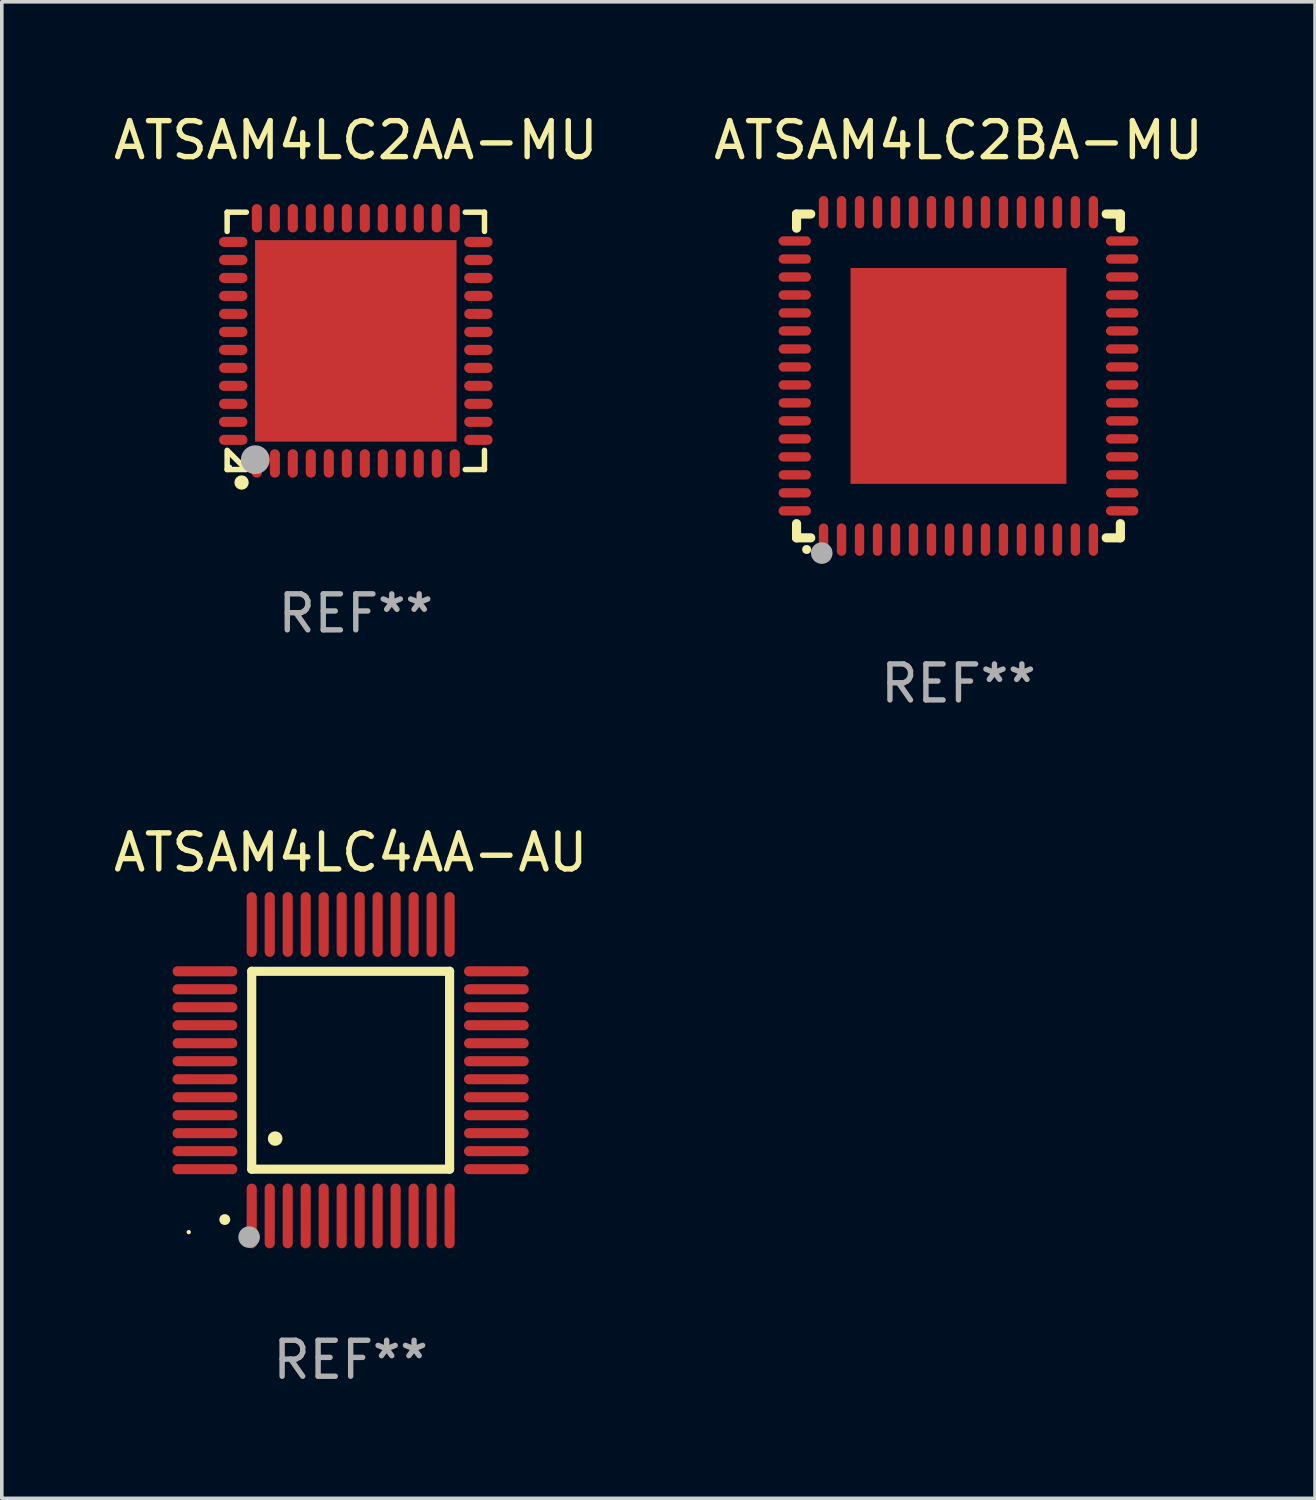
<source format=kicad_pcb>
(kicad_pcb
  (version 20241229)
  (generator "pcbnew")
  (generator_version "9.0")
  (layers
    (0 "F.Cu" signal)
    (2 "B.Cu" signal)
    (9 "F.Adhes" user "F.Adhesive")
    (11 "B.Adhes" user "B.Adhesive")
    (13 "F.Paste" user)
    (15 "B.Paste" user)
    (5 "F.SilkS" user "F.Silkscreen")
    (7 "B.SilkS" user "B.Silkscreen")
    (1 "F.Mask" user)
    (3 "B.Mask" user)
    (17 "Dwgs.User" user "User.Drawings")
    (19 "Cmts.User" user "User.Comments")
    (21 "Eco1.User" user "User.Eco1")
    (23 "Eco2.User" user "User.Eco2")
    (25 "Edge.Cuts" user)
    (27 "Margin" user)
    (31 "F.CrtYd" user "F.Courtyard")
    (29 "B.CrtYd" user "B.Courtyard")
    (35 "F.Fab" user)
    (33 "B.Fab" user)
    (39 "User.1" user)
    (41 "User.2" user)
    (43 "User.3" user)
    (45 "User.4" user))
  (footprint "ATSAM4LC2BA-MU"
    (layer "F.Cu")
    (at 23.589 7.398)
    (property "Reference" "ATSAM4LC2BA-MU" (at 0 -6.55 0) (layer "F.SilkS") (effects (font (size 1 1) (thickness 0.15))))
    (attr through_hole)
    (fp_line (start -4.5 -4.5) (end -4.106 -4.5) (stroke (width 0.254) (type solid)) (layer "F.SilkS"))
    (fp_line (start -4.5 -4.106) (end -4.5 -4.5) (stroke (width 0.254) (type solid)) (layer "F.SilkS"))
    (fp_line (start -4.5 4.5) (end -4.5 4.106) (stroke (width 0.254) (type solid)) (layer "F.SilkS"))
    (fp_line (start -4.106 4.5) (end -4.5 4.5) (stroke (width 0.254) (type solid)) (layer "F.SilkS"))
    (fp_line (start 4.106 -4.5) (end 4.5 -4.5) (stroke (width 0.254) (type solid)) (layer "F.SilkS"))
    (fp_line (start 4.5 -4.5) (end 4.5 -4.106) (stroke (width 0.254) (type solid)) (layer "F.SilkS"))
    (fp_line (start 4.5 4.106) (end 4.5 4.5) (stroke (width 0.254) (type solid)) (layer "F.SilkS"))
    (fp_line (start 4.5 4.5) (end 4.106 4.5) (stroke (width 0.254) (type solid)) (layer "F.SilkS"))
    (fp_arc (start -4.220041 4.824308) (mid -4.218771 4.824302) (end -4.217501 4.824308) (stroke (width 0.24892) (type solid)) (layer "F.SilkS"))
    (fp_circle (center -4.5 4.5) (end -4.47 4.5) (stroke (width 0.06) (type solid)) (fill no) (layer "F.SilkS"))
    (fp_circle (center -3.8 4.924) (end -3.65 4.924) (stroke (width 0.3) (type solid)) (fill no) (layer "F.Fab"))
    (fp_text user "REF**" (at 0 8.55 0) (layer "F.Fab") (effects (font (size 1 1) (thickness 0.15))))
    (pad "1" smd oval (at -3.75 4.55 90) (size 0.9 0.26) (layers "F.Cu" "F.Mask" "F.Paste"))
    (pad "2" smd oval (at -3.25 4.55 90) (size 0.9 0.26) (layers "F.Cu" "F.Mask" "F.Paste"))
    (pad "3" smd oval (at -2.75 4.55 90) (size 0.9 0.26) (layers "F.Cu" "F.Mask" "F.Paste"))
    (pad "4" smd oval (at -2.25 4.55 90) (size 0.9 0.26) (layers "F.Cu" "F.Mask" "F.Paste"))
    (pad "5" smd oval (at -1.75 4.55 90) (size 0.9 0.26) (layers "F.Cu" "F.Mask" "F.Paste"))
    (pad "6" smd oval (at -1.25 4.55 90) (size 0.9 0.26) (layers "F.Cu" "F.Mask" "F.Paste"))
    (pad "7" smd oval (at -0.75 4.55 90) (size 0.9 0.26) (layers "F.Cu" "F.Mask" "F.Paste"))
    (pad "8" smd oval (at -0.25 4.55 90) (size 0.9 0.26) (layers "F.Cu" "F.Mask" "F.Paste"))
    (pad "9" smd oval (at 0.25 4.55 90) (size 0.9 0.26) (layers "F.Cu" "F.Mask" "F.Paste"))
    (pad "10" smd oval (at 0.75 4.55 90) (size 0.9 0.26) (layers "F.Cu" "F.Mask" "F.Paste"))
    (pad "11" smd oval (at 1.25 4.55 90) (size 0.9 0.26) (layers "F.Cu" "F.Mask" "F.Paste"))
    (pad "12" smd oval (at 1.75 4.55 90) (size 0.9 0.26) (layers "F.Cu" "F.Mask" "F.Paste"))
    (pad "13" smd oval (at 2.25 4.55 90) (size 0.9 0.26) (layers "F.Cu" "F.Mask" "F.Paste"))
    (pad "14" smd oval (at 2.75 4.55 90) (size 0.9 0.26) (layers "F.Cu" "F.Mask" "F.Paste"))
    (pad "15" smd oval (at 3.25 4.55 90) (size 0.9 0.26) (layers "F.Cu" "F.Mask" "F.Paste"))
    (pad "16" smd oval (at 3.75 4.55 90) (size 0.9 0.26) (layers "F.Cu" "F.Mask" "F.Paste"))
    (pad "17" smd oval (at 4.55 3.75 90) (size 0.26 0.9) (layers "F.Cu" "F.Mask" "F.Paste"))
    (pad "18" smd oval (at 4.55 3.25 90) (size 0.26 0.9) (layers "F.Cu" "F.Mask" "F.Paste"))
    (pad "19" smd oval (at 4.55 2.75 90) (size 0.26 0.9) (layers "F.Cu" "F.Mask" "F.Paste"))
    (pad "20" smd oval (at 4.55 2.25 90) (size 0.26 0.9) (layers "F.Cu" "F.Mask" "F.Paste"))
    (pad "21" smd oval (at 4.55 1.75 90) (size 0.26 0.9) (layers "F.Cu" "F.Mask" "F.Paste"))
    (pad "22" smd oval (at 4.55 1.25 90) (size 0.26 0.9) (layers "F.Cu" "F.Mask" "F.Paste"))
    (pad "23" smd oval (at 4.55 0.75 90) (size 0.26 0.9) (layers "F.Cu" "F.Mask" "F.Paste"))
    (pad "24" smd oval (at 4.55 0.25 90) (size 0.26 0.9) (layers "F.Cu" "F.Mask" "F.Paste"))
    (pad "25" smd oval (at 4.55 -0.25 90) (size 0.26 0.9) (layers "F.Cu" "F.Mask" "F.Paste"))
    (pad "26" smd oval (at 4.55 -0.75 90) (size 0.26 0.9) (layers "F.Cu" "F.Mask" "F.Paste"))
    (pad "27" smd oval (at 4.55 -1.25 90) (size 0.26 0.9) (layers "F.Cu" "F.Mask" "F.Paste"))
    (pad "28" smd oval (at 4.55 -1.75 90) (size 0.26 0.9) (layers "F.Cu" "F.Mask" "F.Paste"))
    (pad "29" smd oval (at 4.55 -2.25 90) (size 0.26 0.9) (layers "F.Cu" "F.Mask" "F.Paste"))
    (pad "30" smd oval (at 4.55 -2.75 90) (size 0.26 0.9) (layers "F.Cu" "F.Mask" "F.Paste"))
    (pad "31" smd oval (at 4.55 -3.25 90) (size 0.26 0.9) (layers "F.Cu" "F.Mask" "F.Paste"))
    (pad "32" smd oval (at 4.55 -3.75 90) (size 0.26 0.9) (layers "F.Cu" "F.Mask" "F.Paste"))
    (pad "33" smd oval (at 3.75 -4.55 90) (size 0.9 0.26) (layers "F.Cu" "F.Mask" "F.Paste"))
    (pad "34" smd oval (at 3.25 -4.55 90) (size 0.9 0.26) (layers "F.Cu" "F.Mask" "F.Paste"))
    (pad "35" smd oval (at 2.75 -4.55 90) (size 0.9 0.26) (layers "F.Cu" "F.Mask" "F.Paste"))
    (pad "36" smd oval (at 2.25 -4.55 90) (size 0.9 0.26) (layers "F.Cu" "F.Mask" "F.Paste"))
    (pad "37" smd oval (at 1.75 -4.55 90) (size 0.9 0.26) (layers "F.Cu" "F.Mask" "F.Paste"))
    (pad "38" smd oval (at 1.25 -4.55 90) (size 0.9 0.26) (layers "F.Cu" "F.Mask" "F.Paste"))
    (pad "39" smd oval (at 0.75 -4.55 90) (size 0.9 0.26) (layers "F.Cu" "F.Mask" "F.Paste"))
    (pad "40" smd oval (at 0.25 -4.55 90) (size 0.9 0.26) (layers "F.Cu" "F.Mask" "F.Paste"))
    (pad "41" smd oval (at -0.25 -4.55 90) (size 0.9 0.26) (layers "F.Cu" "F.Mask" "F.Paste"))
    (pad "42" smd oval (at -0.75 -4.55 90) (size 0.9 0.26) (layers "F.Cu" "F.Mask" "F.Paste"))
    (pad "43" smd oval (at -1.25 -4.55 90) (size 0.9 0.26) (layers "F.Cu" "F.Mask" "F.Paste"))
    (pad "44" smd oval (at -1.75 -4.55 90) (size 0.9 0.26) (layers "F.Cu" "F.Mask" "F.Paste"))
    (pad "45" smd oval (at -2.25 -4.55 90) (size 0.9 0.26) (layers "F.Cu" "F.Mask" "F.Paste"))
    (pad "46" smd oval (at -2.75 -4.55 90) (size 0.9 0.26) (layers "F.Cu" "F.Mask" "F.Paste"))
    (pad "47" smd oval (at -3.25 -4.55 90) (size 0.9 0.26) (layers "F.Cu" "F.Mask" "F.Paste"))
    (pad "48" smd oval (at -3.75 -4.55 90) (size 0.9 0.26) (layers "F.Cu" "F.Mask" "F.Paste"))
    (pad "49" smd oval (at -4.55 -3.75 90) (size 0.26 0.9) (layers "F.Cu" "F.Mask" "F.Paste"))
    (pad "50" smd oval (at -4.55 -3.25 90) (size 0.26 0.9) (layers "F.Cu" "F.Mask" "F.Paste"))
    (pad "51" smd oval (at -4.55 -2.75 90) (size 0.26 0.9) (layers "F.Cu" "F.Mask" "F.Paste"))
    (pad "52" smd oval (at -4.55 -2.25 90) (size 0.26 0.9) (layers "F.Cu" "F.Mask" "F.Paste"))
    (pad "53" smd oval (at -4.55 -1.75 90) (size 0.26 0.9) (layers "F.Cu" "F.Mask" "F.Paste"))
    (pad "54" smd oval (at -4.55 -1.25 90) (size 0.26 0.9) (layers "F.Cu" "F.Mask" "F.Paste"))
    (pad "55" smd oval (at -4.55 -0.75 90) (size 0.26 0.9) (layers "F.Cu" "F.Mask" "F.Paste"))
    (pad "56" smd oval (at -4.55 -0.25 90) (size 0.26 0.9) (layers "F.Cu" "F.Mask" "F.Paste"))
    (pad "57" smd oval (at -4.55 0.25 90) (size 0.26 0.9) (layers "F.Cu" "F.Mask" "F.Paste"))
    (pad "58" smd oval (at -4.55 0.75 90) (size 0.26 0.9) (layers "F.Cu" "F.Mask" "F.Paste"))
    (pad "59" smd oval (at -4.55 1.25 90) (size 0.26 0.9) (layers "F.Cu" "F.Mask" "F.Paste"))
    (pad "60" smd oval (at -4.55 1.75 90) (size 0.26 0.9) (layers "F.Cu" "F.Mask" "F.Paste"))
    (pad "61" smd oval (at -4.55 2.25 90) (size 0.26 0.9) (layers "F.Cu" "F.Mask" "F.Paste"))
    (pad "62" smd oval (at -4.55 2.75 90) (size 0.26 0.9) (layers "F.Cu" "F.Mask" "F.Paste"))
    (pad "63" smd oval (at -4.55 3.25 90) (size 0.26 0.9) (layers "F.Cu" "F.Mask" "F.Paste"))
    (pad "64" smd oval (at -4.55 3.75 90) (size 0.26 0.9) (layers "F.Cu" "F.Mask" "F.Paste"))
    (pad "65" smd rect (at 0.000381 0 90) (size 6 6) (layers "F.Cu" "F.Mask" "F.Paste")))
  (footprint "ATSAM4LC4AA-AU"
    (layer "F.Cu")
    (at 6.696 26.695)
    (property "Reference" "ATSAM4LC4AA-AU" (at 0 -6.05 0) (layer "F.SilkS") (effects (font (size 1 1) (thickness 0.15))))
    (attr through_hole)
    (fp_line (start -2.75 -2.75) (end 2.75 -2.75) (stroke (width 0.254) (type solid)) (layer "F.SilkS"))
    (fp_line (start -2.75 2.75) (end -2.75 -2.75) (stroke (width 0.254) (type solid)) (layer "F.SilkS"))
    (fp_line (start 2.75 -2.75) (end 2.75 2.75) (stroke (width 0.254) (type solid)) (layer "F.SilkS"))
    (fp_line (start 2.75 2.75) (end -2.75 2.75) (stroke (width 0.254) (type solid)) (layer "F.SilkS"))
    (fp_arc (start -3.500127 4.150368) (mid -3.498857 4.150363) (end -3.497587 4.150368) (stroke (width 0.3) (type solid)) (layer "F.SilkS"))
    (fp_arc (start -2.100584 1.899924) (mid -2.098044 1.899908) (end -2.095504 1.899924) (stroke (width 0.4) (type solid)) (layer "F.SilkS"))
    (fp_circle (center -4.5 4.5) (end -4.47 4.5) (stroke (width 0.06) (type solid)) (fill no) (layer "F.SilkS"))
    (fp_circle (center -2.822 4.638) (end -2.672 4.638) (stroke (width 0.3) (type solid)) (fill no) (layer "F.Fab"))
    (fp_text user "REF**" (at 0 8.05 0) (layer "F.Fab") (effects (font (size 1 1) (thickness 0.15))))
    (pad "1" smd oval (at -2.75 4.05) (size 0.28 1.8) (layers "F.Cu" "F.Mask" "F.Paste"))
    (pad "2" smd oval (at -2.25 4.05) (size 0.28 1.8) (layers "F.Cu" "F.Mask" "F.Paste"))
    (pad "3" smd oval (at -1.75 4.05) (size 0.28 1.8) (layers "F.Cu" "F.Mask" "F.Paste"))
    (pad "4" smd oval (at -1.25 4.05) (size 0.28 1.8) (layers "F.Cu" "F.Mask" "F.Paste"))
    (pad "5" smd oval (at -0.75 4.05) (size 0.28 1.8) (layers "F.Cu" "F.Mask" "F.Paste"))
    (pad "6" smd oval (at -0.25 4.05) (size 0.28 1.8) (layers "F.Cu" "F.Mask" "F.Paste"))
    (pad "7" smd oval (at 0.25 4.05) (size 0.28 1.8) (layers "F.Cu" "F.Mask" "F.Paste"))
    (pad "8" smd oval (at 0.75 4.05) (size 0.28 1.8) (layers "F.Cu" "F.Mask" "F.Paste"))
    (pad "9" smd oval (at 1.25 4.05) (size 0.28 1.8) (layers "F.Cu" "F.Mask" "F.Paste"))
    (pad "10" smd oval (at 1.75 4.05) (size 0.28 1.8) (layers "F.Cu" "F.Mask" "F.Paste"))
    (pad "11" smd oval (at 2.25 4.05) (size 0.28 1.8) (layers "F.Cu" "F.Mask" "F.Paste"))
    (pad "12" smd oval (at 2.75 4.05) (size 0.28 1.8) (layers "F.Cu" "F.Mask" "F.Paste"))
    (pad "13" smd oval (at 4.05 2.75) (size 1.8 0.28) (layers "F.Cu" "F.Mask" "F.Paste"))
    (pad "14" smd oval (at 4.05 2.25) (size 1.8 0.28) (layers "F.Cu" "F.Mask" "F.Paste"))
    (pad "15" smd oval (at 4.05 1.75) (size 1.8 0.28) (layers "F.Cu" "F.Mask" "F.Paste"))
    (pad "16" smd oval (at 4.05 1.25) (size 1.8 0.28) (layers "F.Cu" "F.Mask" "F.Paste"))
    (pad "17" smd oval (at 4.05 0.75) (size 1.8 0.28) (layers "F.Cu" "F.Mask" "F.Paste"))
    (pad "18" smd oval (at 4.05 0.25) (size 1.8 0.28) (layers "F.Cu" "F.Mask" "F.Paste"))
    (pad "19" smd oval (at 4.05 -0.25) (size 1.8 0.28) (layers "F.Cu" "F.Mask" "F.Paste"))
    (pad "20" smd oval (at 4.05 -0.75) (size 1.8 0.28) (layers "F.Cu" "F.Mask" "F.Paste"))
    (pad "21" smd oval (at 4.05 -1.25) (size 1.8 0.28) (layers "F.Cu" "F.Mask" "F.Paste"))
    (pad "22" smd oval (at 4.05 -1.75) (size 1.8 0.28) (layers "F.Cu" "F.Mask" "F.Paste"))
    (pad "23" smd oval (at 4.05 -2.25) (size 1.8 0.28) (layers "F.Cu" "F.Mask" "F.Paste"))
    (pad "24" smd oval (at 4.05 -2.75) (size 1.8 0.28) (layers "F.Cu" "F.Mask" "F.Paste"))
    (pad "25" smd oval (at 2.75 -4.05) (size 0.28 1.8) (layers "F.Cu" "F.Mask" "F.Paste"))
    (pad "26" smd oval (at 2.25 -4.05) (size 0.28 1.8) (layers "F.Cu" "F.Mask" "F.Paste"))
    (pad "27" smd oval (at 1.75 -4.05) (size 0.28 1.8) (layers "F.Cu" "F.Mask" "F.Paste"))
    (pad "28" smd oval (at 1.25 -4.05) (size 0.28 1.8) (layers "F.Cu" "F.Mask" "F.Paste"))
    (pad "29" smd oval (at 0.75 -4.05) (size 0.28 1.8) (layers "F.Cu" "F.Mask" "F.Paste"))
    (pad "30" smd oval (at 0.25 -4.05) (size 0.28 1.8) (layers "F.Cu" "F.Mask" "F.Paste"))
    (pad "31" smd oval (at -0.25 -4.05) (size 0.28 1.8) (layers "F.Cu" "F.Mask" "F.Paste"))
    (pad "32" smd oval (at -0.75 -4.05) (size 0.28 1.8) (layers "F.Cu" "F.Mask" "F.Paste"))
    (pad "33" smd oval (at -1.25 -4.05) (size 0.28 1.8) (layers "F.Cu" "F.Mask" "F.Paste"))
    (pad "34" smd oval (at -1.75 -4.05) (size 0.28 1.8) (layers "F.Cu" "F.Mask" "F.Paste"))
    (pad "35" smd oval (at -2.25 -4.05) (size 0.28 1.8) (layers "F.Cu" "F.Mask" "F.Paste"))
    (pad "36" smd oval (at -2.75 -4.05) (size 0.28 1.8) (layers "F.Cu" "F.Mask" "F.Paste"))
    (pad "37" smd oval (at -4.05 -2.75) (size 1.8 0.28) (layers "F.Cu" "F.Mask" "F.Paste"))
    (pad "38" smd oval (at -4.05 -2.25) (size 1.8 0.28) (layers "F.Cu" "F.Mask" "F.Paste"))
    (pad "39" smd oval (at -4.05 -1.75) (size 1.8 0.28) (layers "F.Cu" "F.Mask" "F.Paste"))
    (pad "40" smd oval (at -4.05 -1.25) (size 1.8 0.28) (layers "F.Cu" "F.Mask" "F.Paste"))
    (pad "41" smd oval (at -4.05 -0.75) (size 1.8 0.28) (layers "F.Cu" "F.Mask" "F.Paste"))
    (pad "42" smd oval (at -4.05 -0.25) (size 1.8 0.28) (layers "F.Cu" "F.Mask" "F.Paste"))
    (pad "43" smd oval (at -4.05 0.25) (size 1.8 0.28) (layers "F.Cu" "F.Mask" "F.Paste"))
    (pad "44" smd oval (at -4.05 0.75) (size 1.8 0.28) (layers "F.Cu" "F.Mask" "F.Paste"))
    (pad "45" smd oval (at -4.05 1.25) (size 1.8 0.28) (layers "F.Cu" "F.Mask" "F.Paste"))
    (pad "46" smd oval (at -4.05 1.75) (size 1.8 0.28) (layers "F.Cu" "F.Mask" "F.Paste"))
    (pad "47" smd oval (at -4.05 2.25) (size 1.8 0.28) (layers "F.Cu" "F.Mask" "F.Paste"))
    (pad "48" smd oval (at -4.05 2.75) (size 1.8 0.28) (layers "F.Cu" "F.Mask" "F.Paste")))
  (footprint "ATSAM4LC2AA-MU"
    (layer "F.Cu")
    (at 6.839 6.424)
    (property "Reference" "ATSAM4LC2AA-MU" (at 0 -5.576 0) (layer "F.SilkS") (effects (font (size 1 1) (thickness 0.15))))
    (attr through_hole)
    (fp_line (start -3.576 -3.576) (end -3.576 -3.042) (stroke (width 0.152) (type solid)) (layer "F.SilkS"))
    (fp_line (start -3.576 3.576) (end -3.576 3.042) (stroke (width 0.152) (type solid)) (layer "F.SilkS"))
    (fp_line (start -3.069 3.549) (end -3.549 3.069) (stroke (width 0.152) (type solid)) (layer "F.SilkS"))
    (fp_line (start -3.042 -3.576) (end -3.576 -3.576) (stroke (width 0.152) (type solid)) (layer "F.SilkS"))
    (fp_line (start -3.042 3.576) (end -3.576 3.576) (stroke (width 0.152) (type solid)) (layer "F.SilkS"))
    (fp_line (start 3.042 -3.576) (end 3.576 -3.576) (stroke (width 0.152) (type solid)) (layer "F.SilkS"))
    (fp_line (start 3.042 3.576) (end 3.576 3.576) (stroke (width 0.152) (type solid)) (layer "F.SilkS"))
    (fp_line (start 3.576 -3.576) (end 3.576 -3.042) (stroke (width 0.152) (type solid)) (layer "F.SilkS"))
    (fp_line (start 3.576 3.576) (end 3.576 3.042) (stroke (width 0.152) (type solid)) (layer "F.SilkS"))
    (fp_circle (center -3.5 3.5) (end -3.47 3.5) (stroke (width 0.06) (type solid)) (fill no) (layer "F.SilkS"))
    (fp_circle (center -3.175 3.937) (end -3.075 3.937) (stroke (width 0.2) (type solid)) (fill no) (layer "F.SilkS"))
    (fp_circle (center -2.794 3.302) (end -2.594 3.302) (stroke (width 0.4) (type solid)) (fill no) (layer "F.Fab"))
    (fp_text user "REF**" (at 0 7.576 0) (layer "F.Fab") (effects (font (size 1 1) (thickness 0.15))))
    (pad "1" smd oval (at -2.75 3.407) (size 0.28 0.79) (layers "F.Cu" "F.Mask" "F.Paste"))
    (pad "2" smd oval (at -2.25 3.407) (size 0.28 0.79) (layers "F.Cu" "F.Mask" "F.Paste"))
    (pad "3" smd oval (at -1.75 3.407) (size 0.28 0.79) (layers "F.Cu" "F.Mask" "F.Paste"))
    (pad "4" smd oval (at -1.25 3.407) (size 0.28 0.79) (layers "F.Cu" "F.Mask" "F.Paste"))
    (pad "5" smd oval (at -0.75 3.407) (size 0.28 0.79) (layers "F.Cu" "F.Mask" "F.Paste"))
    (pad "6" smd oval (at -0.25 3.407) (size 0.28 0.79) (layers "F.Cu" "F.Mask" "F.Paste"))
    (pad "7" smd oval (at 0.25 3.407) (size 0.28 0.79) (layers "F.Cu" "F.Mask" "F.Paste"))
    (pad "8" smd oval (at 0.75 3.407) (size 0.28 0.79) (layers "F.Cu" "F.Mask" "F.Paste"))
    (pad "9" smd oval (at 1.25 3.407) (size 0.28 0.79) (layers "F.Cu" "F.Mask" "F.Paste"))
    (pad "10" smd oval (at 1.75 3.407) (size 0.28 0.79) (layers "F.Cu" "F.Mask" "F.Paste"))
    (pad "11" smd oval (at 2.25 3.407) (size 0.28 0.79) (layers "F.Cu" "F.Mask" "F.Paste"))
    (pad "12" smd oval (at 2.75 3.407) (size 0.28 0.79) (layers "F.Cu" "F.Mask" "F.Paste"))
    (pad "13" smd oval (at 3.407 2.75) (size 0.79 0.28) (layers "F.Cu" "F.Mask" "F.Paste"))
    (pad "14" smd oval (at 3.407 2.25) (size 0.79 0.28) (layers "F.Cu" "F.Mask" "F.Paste"))
    (pad "15" smd oval (at 3.407 1.75) (size 0.79 0.28) (layers "F.Cu" "F.Mask" "F.Paste"))
    (pad "16" smd oval (at 3.407 1.25) (size 0.79 0.28) (layers "F.Cu" "F.Mask" "F.Paste"))
    (pad "17" smd oval (at 3.407 0.75) (size 0.79 0.28) (layers "F.Cu" "F.Mask" "F.Paste"))
    (pad "18" smd oval (at 3.407 0.25) (size 0.79 0.28) (layers "F.Cu" "F.Mask" "F.Paste"))
    (pad "19" smd oval (at 3.407 -0.25) (size 0.79 0.28) (layers "F.Cu" "F.Mask" "F.Paste"))
    (pad "20" smd oval (at 3.407 -0.75) (size 0.79 0.28) (layers "F.Cu" "F.Mask" "F.Paste"))
    (pad "21" smd oval (at 3.407 -1.25) (size 0.79 0.28) (layers "F.Cu" "F.Mask" "F.Paste"))
    (pad "22" smd oval (at 3.407 -1.75) (size 0.79 0.28) (layers "F.Cu" "F.Mask" "F.Paste"))
    (pad "23" smd oval (at 3.407 -2.25) (size 0.79 0.28) (layers "F.Cu" "F.Mask" "F.Paste"))
    (pad "24" smd oval (at 3.407 -2.75) (size 0.79 0.28) (layers "F.Cu" "F.Mask" "F.Paste"))
    (pad "25" smd oval (at 2.75 -3.407) (size 0.28 0.79) (layers "F.Cu" "F.Mask" "F.Paste"))
    (pad "26" smd oval (at 2.25 -3.407) (size 0.28 0.79) (layers "F.Cu" "F.Mask" "F.Paste"))
    (pad "27" smd oval (at 1.75 -3.407) (size 0.28 0.79) (layers "F.Cu" "F.Mask" "F.Paste"))
    (pad "28" smd oval (at 1.25 -3.407) (size 0.28 0.79) (layers "F.Cu" "F.Mask" "F.Paste"))
    (pad "29" smd oval (at 0.75 -3.407) (size 0.28 0.79) (layers "F.Cu" "F.Mask" "F.Paste"))
    (pad "30" smd oval (at 0.25 -3.407) (size 0.28 0.79) (layers "F.Cu" "F.Mask" "F.Paste"))
    (pad "31" smd oval (at -0.25 -3.407) (size 0.28 0.79) (layers "F.Cu" "F.Mask" "F.Paste"))
    (pad "32" smd oval (at -0.75 -3.407) (size 0.28 0.79) (layers "F.Cu" "F.Mask" "F.Paste"))
    (pad "33" smd oval (at -1.25 -3.407) (size 0.28 0.79) (layers "F.Cu" "F.Mask" "F.Paste"))
    (pad "34" smd oval (at -1.75 -3.407) (size 0.28 0.79) (layers "F.Cu" "F.Mask" "F.Paste"))
    (pad "35" smd oval (at -2.25 -3.407) (size 0.28 0.79) (layers "F.Cu" "F.Mask" "F.Paste"))
    (pad "36" smd oval (at -2.75 -3.407) (size 0.28 0.79) (layers "F.Cu" "F.Mask" "F.Paste"))
    (pad "37" smd oval (at -3.407 -2.75) (size 0.79 0.28) (layers "F.Cu" "F.Mask" "F.Paste"))
    (pad "38" smd oval (at -3.407 -2.25) (size 0.79 0.28) (layers "F.Cu" "F.Mask" "F.Paste"))
    (pad "39" smd oval (at -3.407 -1.75) (size 0.79 0.28) (layers "F.Cu" "F.Mask" "F.Paste"))
    (pad "40" smd oval (at -3.407 -1.25) (size 0.79 0.28) (layers "F.Cu" "F.Mask" "F.Paste"))
    (pad "41" smd oval (at -3.407 -0.75) (size 0.79 0.28) (layers "F.Cu" "F.Mask" "F.Paste"))
    (pad "42" smd oval (at -3.407 -0.25) (size 0.79 0.28) (layers "F.Cu" "F.Mask" "F.Paste"))
    (pad "43" smd oval (at -3.407 0.25) (size 0.79 0.28) (layers "F.Cu" "F.Mask" "F.Paste"))
    (pad "44" smd oval (at -3.407 0.75) (size 0.79 0.28) (layers "F.Cu" "F.Mask" "F.Paste"))
    (pad "45" smd oval (at -3.407 1.25) (size 0.79 0.28) (layers "F.Cu" "F.Mask" "F.Paste"))
    (pad "46" smd oval (at -3.407 1.75) (size 0.79 0.28) (layers "F.Cu" "F.Mask" "F.Paste"))
    (pad "47" smd oval (at -3.407 2.25) (size 0.79 0.28) (layers "F.Cu" "F.Mask" "F.Paste"))
    (pad "48" smd oval (at -3.407 2.75) (size 0.79 0.28) (layers "F.Cu" "F.Mask" "F.Paste"))
    (pad "49" smd rect (at 0 0) (size 5.6 5.6) (layers "F.Cu" "F.Mask" "F.Paste")))
  (gr_rect
    (start -3 -3)
    (end 33.5 38.593)
    (stroke (width 0.1) (type default))
    (fill no)
    (layer "Edge.Cuts")))
</source>
